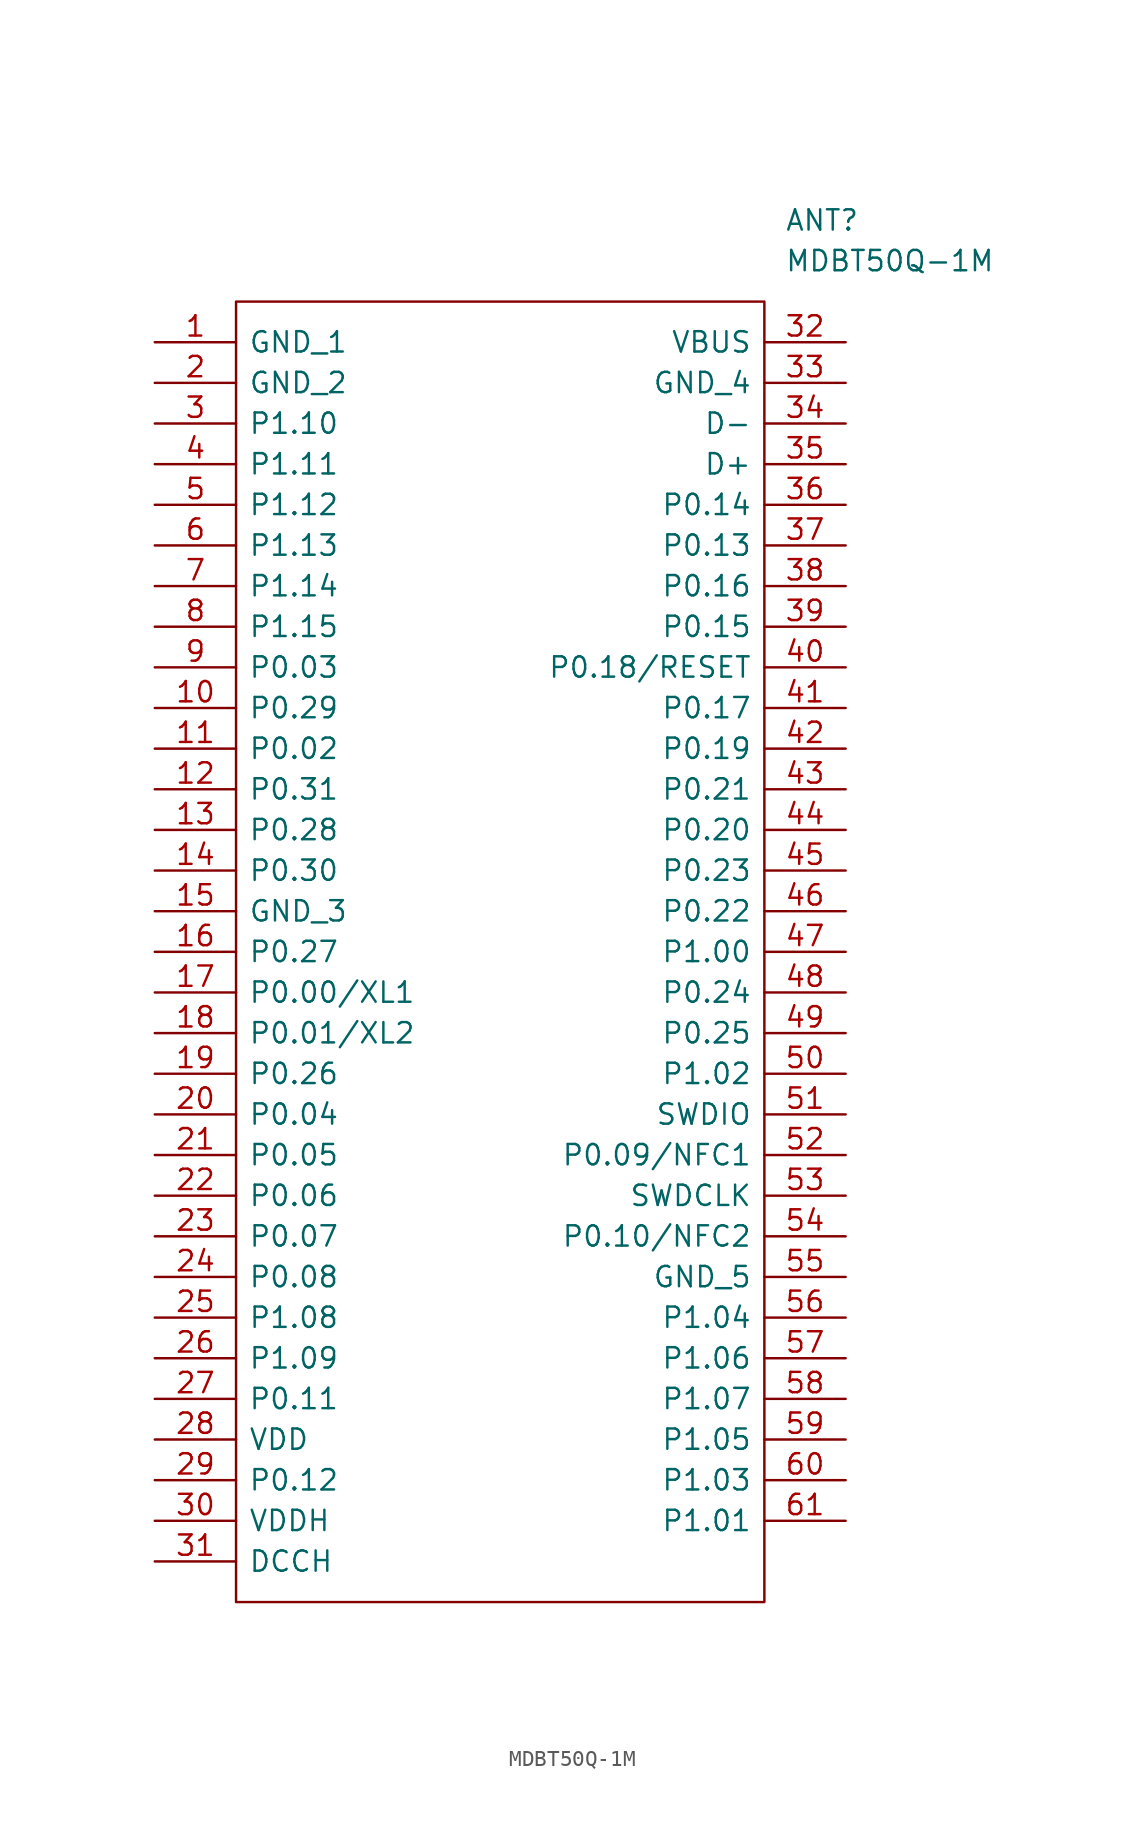
<source format=kicad_sym>
(kicad_symbol_lib
  (version 20211014)
  (generator kicad_symbol_editor)
  (symbol "MDBT50Q-1M"
    (pin_names
      (offset 0.762))
    (property "Reference" "ANT"
      (at 39.37 7.62 0)
      (effects (font (size 1.27 1.27)) (justify left)))
    (property "Value" "MDBT50Q-1M"
      (at 39.37 5.08 0)
      (effects (font (size 1.27 1.27)) (justify left)))
    (symbol "MDBT50Q-1M_0_0"
      (pin passive line (at 0 0 0) (length 5.08) (name "GND_1" (effects (font (size 1.27 1.27)))) (number "1" (effects (font (size 1.27 1.27)))))
      (pin passive line (at 0 -22.86 0) (length 5.08) (name "P0.29" (effects (font (size 1.27 1.27)))) (number "10" (effects (font (size 1.27 1.27)))))
      (pin passive line (at 0 -25.4 0) (length 5.08) (name "P0.02" (effects (font (size 1.27 1.27)))) (number "11" (effects (font (size 1.27 1.27)))))
      (pin passive line (at 0 -27.94 0) (length 5.08) (name "P0.31" (effects (font (size 1.27 1.27)))) (number "12" (effects (font (size 1.27 1.27)))))
      (pin passive line (at 0 -30.48 0) (length 5.08) (name "P0.28" (effects (font (size 1.27 1.27)))) (number "13" (effects (font (size 1.27 1.27)))))
      (pin passive line (at 0 -33.02 0) (length 5.08) (name "P0.30" (effects (font (size 1.27 1.27)))) (number "14" (effects (font (size 1.27 1.27)))))
      (pin passive line (at 0 -35.56 0) (length 5.08) (name "GND_3" (effects (font (size 1.27 1.27)))) (number "15" (effects (font (size 1.27 1.27)))))
      (pin passive line (at 0 -38.1 0) (length 5.08) (name "P0.27" (effects (font (size 1.27 1.27)))) (number "16" (effects (font (size 1.27 1.27)))))
      (pin passive line (at 0 -40.64 0) (length 5.08) (name "P0.00/XL1" (effects (font (size 1.27 1.27)))) (number "17" (effects (font (size 1.27 1.27)))))
      (pin passive line (at 0 -43.18 0) (length 5.08) (name "P0.01/XL2" (effects (font (size 1.27 1.27)))) (number "18" (effects (font (size 1.27 1.27)))))
      (pin passive line (at 0 -45.72 0) (length 5.08) (name "P0.26" (effects (font (size 1.27 1.27)))) (number "19" (effects (font (size 1.27 1.27)))))
      (pin passive line (at 0 -2.54 0) (length 5.08) (name "GND_2" (effects (font (size 1.27 1.27)))) (number "2" (effects (font (size 1.27 1.27)))))
      (pin passive line (at 0 -48.26 0) (length 5.08) (name "P0.04" (effects (font (size 1.27 1.27)))) (number "20" (effects (font (size 1.27 1.27)))))
      (pin passive line (at 0 -50.8 0) (length 5.08) (name "P0.05" (effects (font (size 1.27 1.27)))) (number "21" (effects (font (size 1.27 1.27)))))
      (pin passive line (at 0 -53.34 0) (length 5.08) (name "P0.06" (effects (font (size 1.27 1.27)))) (number "22" (effects (font (size 1.27 1.27)))))
      (pin passive line (at 0 -55.88 0) (length 5.08) (name "P0.07" (effects (font (size 1.27 1.27)))) (number "23" (effects (font (size 1.27 1.27)))))
      (pin passive line (at 0 -58.42 0) (length 5.08) (name "P0.08" (effects (font (size 1.27 1.27)))) (number "24" (effects (font (size 1.27 1.27)))))
      (pin passive line (at 0 -60.96 0) (length 5.08) (name "P1.08" (effects (font (size 1.27 1.27)))) (number "25" (effects (font (size 1.27 1.27)))))
      (pin passive line (at 0 -63.5 0) (length 5.08) (name "P1.09" (effects (font (size 1.27 1.27)))) (number "26" (effects (font (size 1.27 1.27)))))
      (pin passive line (at 0 -66.04 0) (length 5.08) (name "P0.11" (effects (font (size 1.27 1.27)))) (number "27" (effects (font (size 1.27 1.27)))))
      (pin passive line (at 0 -68.58 0) (length 5.08) (name "VDD" (effects (font (size 1.27 1.27)))) (number "28" (effects (font (size 1.27 1.27)))))
      (pin passive line (at 0 -71.12 0) (length 5.08) (name "P0.12" (effects (font (size 1.27 1.27)))) (number "29" (effects (font (size 1.27 1.27)))))
      (pin passive line (at 0 -5.08 0) (length 5.08) (name "P1.10" (effects (font (size 1.27 1.27)))) (number "3" (effects (font (size 1.27 1.27)))))
      (pin passive line (at 0 -73.66 0) (length 5.08) (name "VDDH" (effects (font (size 1.27 1.27)))) (number "30" (effects (font (size 1.27 1.27)))))
      (pin passive line (at 0 -76.2 0) (length 5.08) (name "DCCH" (effects (font (size 1.27 1.27)))) (number "31" (effects (font (size 1.27 1.27)))))
      (pin passive line (at 43.18 0 180) (length 5.08) (name "VBUS" (effects (font (size 1.27 1.27)))) (number "32" (effects (font (size 1.27 1.27)))))
      (pin passive line (at 43.18 -2.54 180) (length 5.08) (name "GND_4" (effects (font (size 1.27 1.27)))) (number "33" (effects (font (size 1.27 1.27)))))
      (pin passive line (at 43.18 -5.08 180) (length 5.08) (name "D-" (effects (font (size 1.27 1.27)))) (number "34" (effects (font (size 1.27 1.27)))))
      (pin passive line (at 43.18 -7.62 180) (length 5.08) (name "D+" (effects (font (size 1.27 1.27)))) (number "35" (effects (font (size 1.27 1.27)))))
      (pin passive line (at 43.18 -10.16 180) (length 5.08) (name "P0.14" (effects (font (size 1.27 1.27)))) (number "36" (effects (font (size 1.27 1.27)))))
      (pin passive line (at 43.18 -12.7 180) (length 5.08) (name "P0.13" (effects (font (size 1.27 1.27)))) (number "37" (effects (font (size 1.27 1.27)))))
      (pin passive line (at 43.18 -15.24 180) (length 5.08) (name "P0.16" (effects (font (size 1.27 1.27)))) (number "38" (effects (font (size 1.27 1.27)))))
      (pin passive line (at 43.18 -17.78 180) (length 5.08) (name "P0.15" (effects (font (size 1.27 1.27)))) (number "39" (effects (font (size 1.27 1.27)))))
      (pin passive line (at 0 -7.62 0) (length 5.08) (name "P1.11" (effects (font (size 1.27 1.27)))) (number "4" (effects (font (size 1.27 1.27)))))
      (pin passive line (at 43.18 -20.32 180) (length 5.08) (name "P0.18/RESET" (effects (font (size 1.27 1.27)))) (number "40" (effects (font (size 1.27 1.27)))))
      (pin passive line (at 43.18 -22.86 180) (length 5.08) (name "P0.17" (effects (font (size 1.27 1.27)))) (number "41" (effects (font (size 1.27 1.27)))))
      (pin passive line (at 43.18 -25.4 180) (length 5.08) (name "P0.19" (effects (font (size 1.27 1.27)))) (number "42" (effects (font (size 1.27 1.27)))))
      (pin passive line (at 43.18 -27.94 180) (length 5.08) (name "P0.21" (effects (font (size 1.27 1.27)))) (number "43" (effects (font (size 1.27 1.27)))))
      (pin passive line (at 43.18 -30.48 180) (length 5.08) (name "P0.20" (effects (font (size 1.27 1.27)))) (number "44" (effects (font (size 1.27 1.27)))))
      (pin passive line (at 43.18 -33.02 180) (length 5.08) (name "P0.23" (effects (font (size 1.27 1.27)))) (number "45" (effects (font (size 1.27 1.27)))))
      (pin passive line (at 43.18 -35.56 180) (length 5.08) (name "P0.22" (effects (font (size 1.27 1.27)))) (number "46" (effects (font (size 1.27 1.27)))))
      (pin passive line (at 43.18 -38.1 180) (length 5.08) (name "P1.00" (effects (font (size 1.27 1.27)))) (number "47" (effects (font (size 1.27 1.27)))))
      (pin passive line (at 43.18 -40.64 180) (length 5.08) (name "P0.24" (effects (font (size 1.27 1.27)))) (number "48" (effects (font (size 1.27 1.27)))))
      (pin passive line (at 43.18 -43.18 180) (length 5.08) (name "P0.25" (effects (font (size 1.27 1.27)))) (number "49" (effects (font (size 1.27 1.27)))))
      (pin passive line (at 0 -10.16 0) (length 5.08) (name "P1.12" (effects (font (size 1.27 1.27)))) (number "5" (effects (font (size 1.27 1.27)))))
      (pin passive line (at 43.18 -45.72 180) (length 5.08) (name "P1.02" (effects (font (size 1.27 1.27)))) (number "50" (effects (font (size 1.27 1.27)))))
      (pin passive line (at 43.18 -48.26 180) (length 5.08) (name "SWDIO" (effects (font (size 1.27 1.27)))) (number "51" (effects (font (size 1.27 1.27)))))
      (pin passive line (at 43.18 -50.8 180) (length 5.08) (name "P0.09/NFC1" (effects (font (size 1.27 1.27)))) (number "52" (effects (font (size 1.27 1.27)))))
      (pin passive line (at 43.18 -53.34 180) (length 5.08) (name "SWDCLK" (effects (font (size 1.27 1.27)))) (number "53" (effects (font (size 1.27 1.27)))))
      (pin passive line (at 43.18 -55.88 180) (length 5.08) (name "P0.10/NFC2" (effects (font (size 1.27 1.27)))) (number "54" (effects (font (size 1.27 1.27)))))
      (pin passive line (at 43.18 -58.42 180) (length 5.08) (name "GND_5" (effects (font (size 1.27 1.27)))) (number "55" (effects (font (size 1.27 1.27)))))
      (pin passive line (at 43.18 -60.96 180) (length 5.08) (name "P1.04" (effects (font (size 1.27 1.27)))) (number "56" (effects (font (size 1.27 1.27)))))
      (pin passive line (at 43.18 -63.5 180) (length 5.08) (name "P1.06" (effects (font (size 1.27 1.27)))) (number "57" (effects (font (size 1.27 1.27)))))
      (pin passive line (at 43.18 -66.04 180) (length 5.08) (name "P1.07" (effects (font (size 1.27 1.27)))) (number "58" (effects (font (size 1.27 1.27)))))
      (pin passive line (at 43.18 -68.58 180) (length 5.08) (name "P1.05" (effects (font (size 1.27 1.27)))) (number "59" (effects (font (size 1.27 1.27)))))
      (pin passive line (at 0 -12.7 0) (length 5.08) (name "P1.13" (effects (font (size 1.27 1.27)))) (number "6" (effects (font (size 1.27 1.27)))))
      (pin passive line (at 43.18 -71.12 180) (length 5.08) (name "P1.03" (effects (font (size 1.27 1.27)))) (number "60" (effects (font (size 1.27 1.27)))))
      (pin passive line (at 43.18 -73.66 180) (length 5.08) (name "P1.01" (effects (font (size 1.27 1.27)))) (number "61" (effects (font (size 1.27 1.27)))))
      (pin passive line (at 0 -15.24 0) (length 5.08) (name "P1.14" (effects (font (size 1.27 1.27)))) (number "7" (effects (font (size 1.27 1.27)))))
      (pin passive line (at 0 -17.78 0) (length 5.08) (name "P1.15" (effects (font (size 1.27 1.27)))) (number "8" (effects (font (size 1.27 1.27)))))
      (pin passive line (at 0 -20.32 0) (length 5.08) (name "P0.03" (effects (font (size 1.27 1.27)))) (number "9" (effects (font (size 1.27 1.27))))))
    (symbol "MDBT50Q-1M_0_1"
      (polyline (pts (xy 5.08 2.54) (xy 38.1 2.54) (xy 38.1 -78.74) (xy 5.08 -78.74) (xy 5.08 2.54)) (stroke (width 0.152) (type default) (color 0 0 0 0)) (fill (type none))))))
</source>
